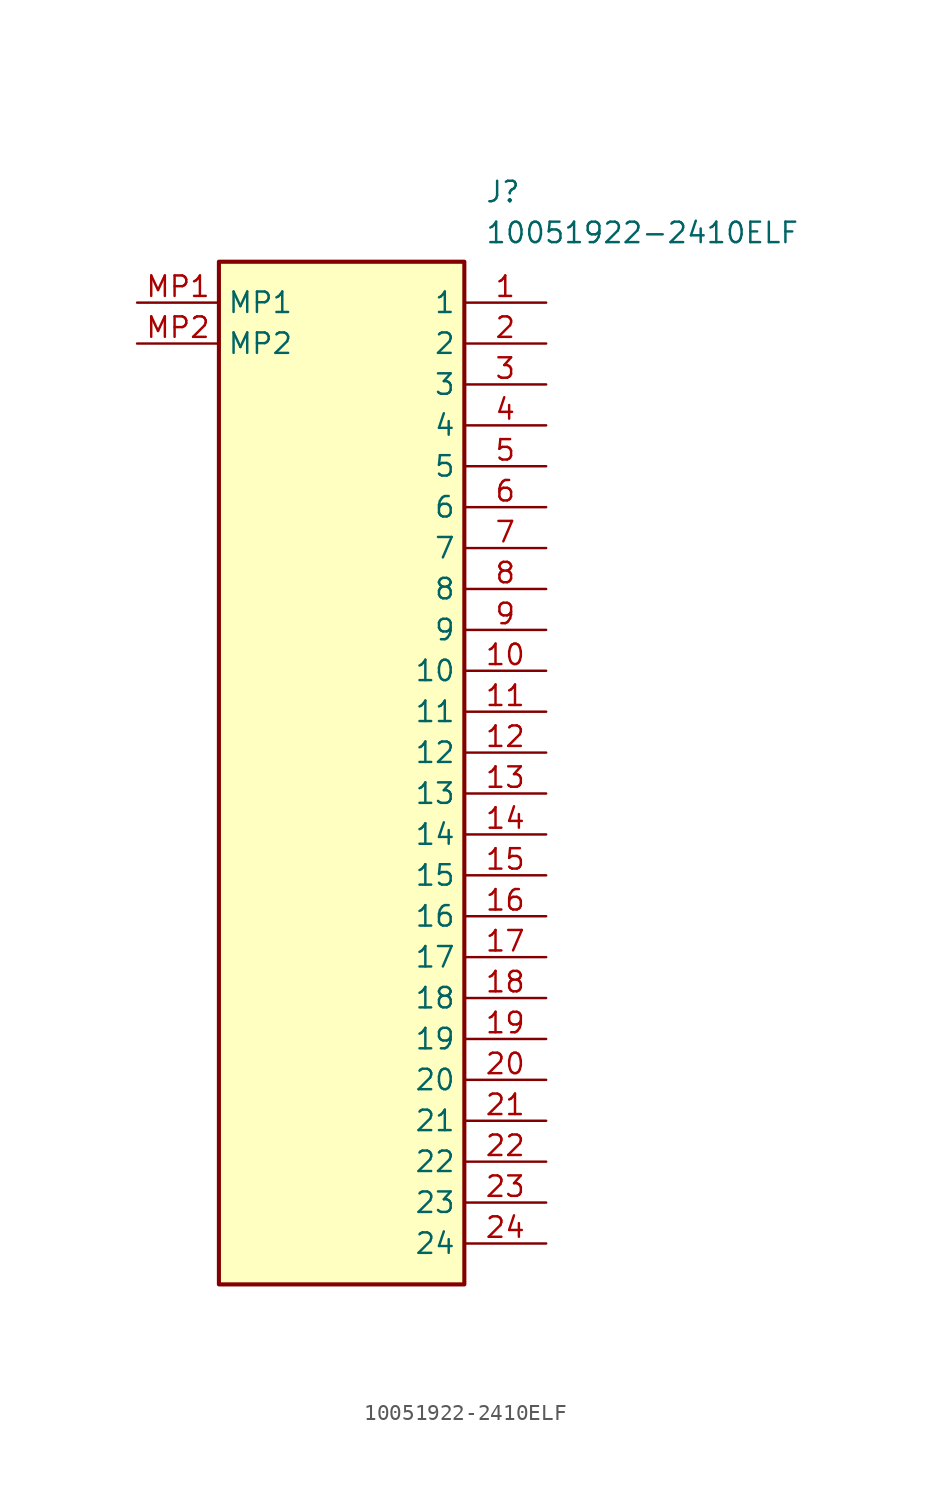
<source format=kicad_sym>
(kicad_symbol_lib
  (version 20211014)
  (generator SamacSys_ECAD_Model)
  (symbol "10051922-2410ELF"
    (property "Reference" "J"
      (at 21.59 7.62 0)
      (effects (font (size 1.27 1.27)) (justify left top)))
    (property "Value" "10051922-2410ELF"
      (at 21.59 5.08 0)
      (effects (font (size 1.27 1.27)) (justify left top)))
    (rectangle
      (start 5.08 2.54)
      (end 20.32 -60.96)
      (stroke (width 0.254) (type default))
      (fill (type background)))
    (pin passive line
      (at 25.4 0 180)
      (length 5.08)
      (name "1" (effects (font (size 1.27 1.27))))
      (number "1" (effects (font (size 1.27 1.27)))))
    (pin passive line
      (at 25.4 -2.54 180)
      (length 5.08)
      (name "2" (effects (font (size 1.27 1.27))))
      (number "2" (effects (font (size 1.27 1.27)))))
    (pin passive line
      (at 25.4 -5.08 180)
      (length 5.08)
      (name "3" (effects (font (size 1.27 1.27))))
      (number "3" (effects (font (size 1.27 1.27)))))
    (pin passive line
      (at 25.4 -7.62 180)
      (length 5.08)
      (name "4" (effects (font (size 1.27 1.27))))
      (number "4" (effects (font (size 1.27 1.27)))))
    (pin passive line
      (at 25.4 -10.16 180)
      (length 5.08)
      (name "5" (effects (font (size 1.27 1.27))))
      (number "5" (effects (font (size 1.27 1.27)))))
    (pin passive line
      (at 25.4 -12.7 180)
      (length 5.08)
      (name "6" (effects (font (size 1.27 1.27))))
      (number "6" (effects (font (size 1.27 1.27)))))
    (pin passive line
      (at 25.4 -15.24 180)
      (length 5.08)
      (name "7" (effects (font (size 1.27 1.27))))
      (number "7" (effects (font (size 1.27 1.27)))))
    (pin passive line
      (at 25.4 -17.78 180)
      (length 5.08)
      (name "8" (effects (font (size 1.27 1.27))))
      (number "8" (effects (font (size 1.27 1.27)))))
    (pin passive line
      (at 25.4 -20.32 180)
      (length 5.08)
      (name "9" (effects (font (size 1.27 1.27))))
      (number "9" (effects (font (size 1.27 1.27)))))
    (pin passive line
      (at 25.4 -22.86 180)
      (length 5.08)
      (name "10" (effects (font (size 1.27 1.27))))
      (number "10" (effects (font (size 1.27 1.27)))))
    (pin passive line
      (at 25.4 -25.4 180)
      (length 5.08)
      (name "11" (effects (font (size 1.27 1.27))))
      (number "11" (effects (font (size 1.27 1.27)))))
    (pin passive line
      (at 25.4 -27.94 180)
      (length 5.08)
      (name "12" (effects (font (size 1.27 1.27))))
      (number "12" (effects (font (size 1.27 1.27)))))
    (pin passive line
      (at 25.4 -30.48 180)
      (length 5.08)
      (name "13" (effects (font (size 1.27 1.27))))
      (number "13" (effects (font (size 1.27 1.27)))))
    (pin passive line
      (at 25.4 -33.02 180)
      (length 5.08)
      (name "14" (effects (font (size 1.27 1.27))))
      (number "14" (effects (font (size 1.27 1.27)))))
    (pin passive line
      (at 25.4 -35.56 180)
      (length 5.08)
      (name "15" (effects (font (size 1.27 1.27))))
      (number "15" (effects (font (size 1.27 1.27)))))
    (pin passive line
      (at 25.4 -38.1 180)
      (length 5.08)
      (name "16" (effects (font (size 1.27 1.27))))
      (number "16" (effects (font (size 1.27 1.27)))))
    (pin passive line
      (at 25.4 -40.64 180)
      (length 5.08)
      (name "17" (effects (font (size 1.27 1.27))))
      (number "17" (effects (font (size 1.27 1.27)))))
    (pin passive line
      (at 25.4 -43.18 180)
      (length 5.08)
      (name "18" (effects (font (size 1.27 1.27))))
      (number "18" (effects (font (size 1.27 1.27)))))
    (pin passive line
      (at 25.4 -45.72 180)
      (length 5.08)
      (name "19" (effects (font (size 1.27 1.27))))
      (number "19" (effects (font (size 1.27 1.27)))))
    (pin passive line
      (at 25.4 -48.26 180)
      (length 5.08)
      (name "20" (effects (font (size 1.27 1.27))))
      (number "20" (effects (font (size 1.27 1.27)))))
    (pin passive line
      (at 25.4 -50.8 180)
      (length 5.08)
      (name "21" (effects (font (size 1.27 1.27))))
      (number "21" (effects (font (size 1.27 1.27)))))
    (pin passive line
      (at 25.4 -53.34 180)
      (length 5.08)
      (name "22" (effects (font (size 1.27 1.27))))
      (number "22" (effects (font (size 1.27 1.27)))))
    (pin passive line
      (at 25.4 -55.88 180)
      (length 5.08)
      (name "23" (effects (font (size 1.27 1.27))))
      (number "23" (effects (font (size 1.27 1.27)))))
    (pin passive line
      (at 25.4 -58.42 180)
      (length 5.08)
      (name "24" (effects (font (size 1.27 1.27))))
      (number "24" (effects (font (size 1.27 1.27)))))
    (pin passive line
      (at 0 0 0)
      (length 5.08)
      (name "MP1" (effects (font (size 1.27 1.27))))
      (number "MP1" (effects (font (size 1.27 1.27)))))
    (pin passive line
      (at 0 -2.54 0)
      (length 5.08)
      (name "MP2" (effects (font (size 1.27 1.27))))
      (number "MP2" (effects (font (size 1.27 1.27)))))))
</source>
